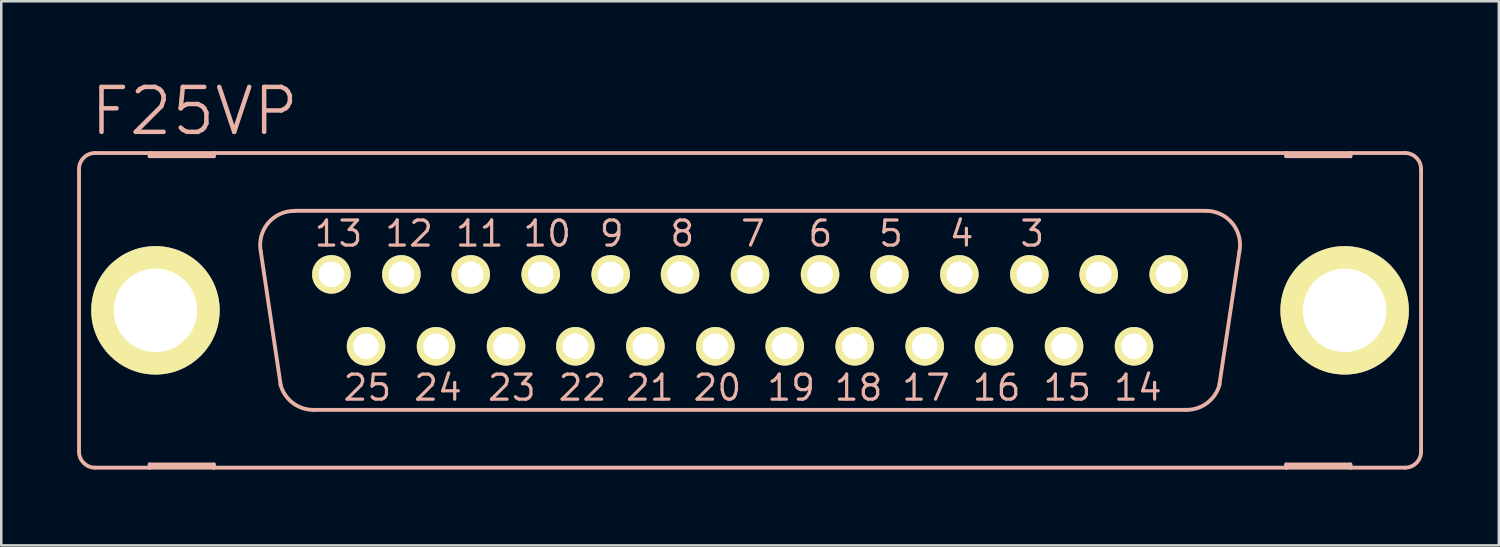
<source format=kicad_pcb>
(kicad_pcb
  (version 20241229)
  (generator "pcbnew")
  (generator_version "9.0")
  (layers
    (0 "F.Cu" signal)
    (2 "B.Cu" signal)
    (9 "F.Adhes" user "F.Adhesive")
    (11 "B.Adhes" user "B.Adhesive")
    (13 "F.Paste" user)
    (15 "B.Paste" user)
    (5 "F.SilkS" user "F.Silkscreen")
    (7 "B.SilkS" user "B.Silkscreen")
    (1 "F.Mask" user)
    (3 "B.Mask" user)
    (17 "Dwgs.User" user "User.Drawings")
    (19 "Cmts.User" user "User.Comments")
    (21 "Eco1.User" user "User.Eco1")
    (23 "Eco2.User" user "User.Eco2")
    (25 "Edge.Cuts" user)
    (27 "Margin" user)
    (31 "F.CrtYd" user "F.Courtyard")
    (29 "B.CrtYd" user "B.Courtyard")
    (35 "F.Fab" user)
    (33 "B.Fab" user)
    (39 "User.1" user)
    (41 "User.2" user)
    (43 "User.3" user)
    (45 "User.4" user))
  (footprint "F25VP"
    (layer "F.Cu")
    (at 26.619 9.226)
    (property "Reference" "F25VP" (at -21.971 -7.874 0) (layer "B.SilkS") (effects (font (size 1.778 1.778) (thickness 0.178))))
    (attr exclude_from_pos_files exclude_from_bom)
    (fp_circle (center -16.561 -1.422) (end -16.942 -1.803) (stroke (width 0.127) (type solid)) (fill no) (layer "F.SilkS"))
    (fp_circle (center -15.189 1.422) (end -15.57 1.803) (stroke (width 0.127) (type solid)) (fill no) (layer "F.SilkS"))
    (fp_circle (center -13.792 -1.422) (end -14.173 -1.803) (stroke (width 0.127) (type solid)) (fill no) (layer "F.SilkS"))
    (fp_circle (center -12.421 1.422) (end -12.802 1.803) (stroke (width 0.127) (type solid)) (fill no) (layer "F.SilkS"))
    (fp_circle (center -11.049 -1.422) (end -11.43 -1.803) (stroke (width 0.127) (type solid)) (fill no) (layer "F.SilkS"))
    (fp_circle (center -9.652 1.422) (end -10.033 1.803) (stroke (width 0.127) (type solid)) (fill no) (layer "F.SilkS"))
    (fp_circle (center -8.28 -1.422) (end -8.661 -1.803) (stroke (width 0.127) (type solid)) (fill no) (layer "F.SilkS"))
    (fp_circle (center -6.909 1.422) (end -7.29 1.803) (stroke (width 0.127) (type solid)) (fill no) (layer "F.SilkS"))
    (fp_circle (center -5.512 -1.422) (end -5.893 -1.803) (stroke (width 0.127) (type solid)) (fill no) (layer "F.SilkS"))
    (fp_circle (center -4.14 1.422) (end -4.521 1.803) (stroke (width 0.127) (type solid)) (fill no) (layer "F.SilkS"))
    (fp_circle (center -2.769 -1.422) (end -3.15 -1.803) (stroke (width 0.127) (type solid)) (fill no) (layer "F.SilkS"))
    (fp_circle (center -1.372 1.422) (end -1.753 1.803) (stroke (width 0.127) (type solid)) (fill no) (layer "F.SilkS"))
    (fp_circle (center 0 -1.422) (end -0.381 -1.803) (stroke (width 0.127) (type solid)) (fill no) (layer "F.SilkS"))
    (fp_circle (center 1.372 1.422) (end 1.753 1.803) (stroke (width 0.127) (type solid)) (fill no) (layer "F.SilkS"))
    (fp_circle (center 2.769 -1.422) (end 3.15 -1.803) (stroke (width 0.127) (type solid)) (fill no) (layer "F.SilkS"))
    (fp_circle (center 4.14 1.422) (end 4.521 1.803) (stroke (width 0.127) (type solid)) (fill no) (layer "F.SilkS"))
    (fp_circle (center 5.512 -1.422) (end 5.893 -1.803) (stroke (width 0.127) (type solid)) (fill no) (layer "F.SilkS"))
    (fp_circle (center 6.909 1.422) (end 7.29 1.803) (stroke (width 0.127) (type solid)) (fill no) (layer "F.SilkS"))
    (fp_circle (center 8.28 -1.422) (end 8.661 -1.803) (stroke (width 0.127) (type solid)) (fill no) (layer "F.SilkS"))
    (fp_circle (center 9.652 1.422) (end 10.033 1.803) (stroke (width 0.127) (type solid)) (fill no) (layer "F.SilkS"))
    (fp_circle (center 11.049 -1.422) (end 11.43 -1.803) (stroke (width 0.127) (type solid)) (fill no) (layer "F.SilkS"))
    (fp_circle (center 12.421 1.422) (end 12.802 1.803) (stroke (width 0.127) (type solid)) (fill no) (layer "F.SilkS"))
    (fp_circle (center 13.792 -1.422) (end 14.173 -1.803) (stroke (width 0.127) (type solid)) (fill no) (layer "F.SilkS"))
    (fp_circle (center 15.189 1.422) (end 15.57 1.803) (stroke (width 0.127) (type solid)) (fill no) (layer "F.SilkS"))
    (fp_circle (center 16.561 -1.422) (end 16.942 -1.803) (stroke (width 0.127) (type solid)) (fill no) (layer "F.SilkS"))
    (fp_line (start -26.543 -5.588) (end -26.543 5.588) (stroke (width 0.152) (type solid)) (layer "B.SilkS"))
    (fp_line (start -25.908 6.223) (end -23.749 6.223) (stroke (width 0.152) (type solid)) (layer "B.SilkS"))
    (fp_line (start -23.749 -6.223) (end -25.908 -6.223) (stroke (width 0.152) (type solid)) (layer "B.SilkS"))
    (fp_line (start -23.749 -6.223) (end -23.749 -6.096) (stroke (width 0.152) (type solid)) (layer "B.SilkS"))
    (fp_line (start -23.749 -6.096) (end -21.209 -6.096) (stroke (width 0.152) (type solid)) (layer "B.SilkS"))
    (fp_line (start -23.749 6.096) (end -21.209 6.096) (stroke (width 0.152) (type solid)) (layer "B.SilkS"))
    (fp_line (start -23.749 6.223) (end -23.749 6.096) (stroke (width 0.152) (type solid)) (layer "B.SilkS"))
    (fp_line (start -23.749 6.223) (end -21.209 6.223) (stroke (width 0.152) (type solid)) (layer "B.SilkS"))
    (fp_line (start -21.209 -6.223) (end -23.749 -6.223) (stroke (width 0.152) (type solid)) (layer "B.SilkS"))
    (fp_line (start -21.209 -6.096) (end -21.209 -6.223) (stroke (width 0.152) (type solid)) (layer "B.SilkS"))
    (fp_line (start -21.209 6.096) (end -21.209 6.223) (stroke (width 0.152) (type solid)) (layer "B.SilkS"))
    (fp_line (start -21.209 6.223) (end 21.209 6.223) (stroke (width 0.152) (type solid)) (layer "B.SilkS"))
    (fp_line (start -18.567 2.946) (end -19.355 -2.337) (stroke (width 0.152) (type solid)) (layer "B.SilkS"))
    (fp_line (start -18.034 -3.937) (end 18.034 -3.937) (stroke (width 0.152) (type solid)) (layer "B.SilkS"))
    (fp_line (start -17.272 3.937) (end 17.272 3.937) (stroke (width 0.152) (type solid)) (layer "B.SilkS"))
    (fp_line (start 19.355 -2.311) (end 18.567 2.921) (stroke (width 0.152) (type solid)) (layer "B.SilkS"))
    (fp_line (start 21.209 -6.223) (end -21.209 -6.223) (stroke (width 0.152) (type solid)) (layer "B.SilkS"))
    (fp_line (start 21.209 -6.223) (end 21.209 -6.096) (stroke (width 0.152) (type solid)) (layer "B.SilkS"))
    (fp_line (start 21.209 -6.096) (end 23.749 -6.096) (stroke (width 0.152) (type solid)) (layer "B.SilkS"))
    (fp_line (start 21.209 6.096) (end 23.749 6.096) (stroke (width 0.152) (type solid)) (layer "B.SilkS"))
    (fp_line (start 21.209 6.223) (end 21.209 6.096) (stroke (width 0.152) (type solid)) (layer "B.SilkS"))
    (fp_line (start 21.209 6.223) (end 23.749 6.223) (stroke (width 0.152) (type solid)) (layer "B.SilkS"))
    (fp_line (start 23.749 -6.223) (end 21.209 -6.223) (stroke (width 0.152) (type solid)) (layer "B.SilkS"))
    (fp_line (start 23.749 -6.096) (end 23.749 -6.223) (stroke (width 0.152) (type solid)) (layer "B.SilkS"))
    (fp_line (start 23.749 6.096) (end 23.749 6.223) (stroke (width 0.152) (type solid)) (layer "B.SilkS"))
    (fp_line (start 23.749 6.223) (end 25.908 6.223) (stroke (width 0.152) (type solid)) (layer "B.SilkS"))
    (fp_line (start 25.908 -6.223) (end 23.749 -6.223) (stroke (width 0.152) (type solid)) (layer "B.SilkS"))
    (fp_line (start 26.543 -5.588) (end 26.543 5.588) (stroke (width 0.152) (type solid)) (layer "B.SilkS"))
    (fp_arc (start -26.543 -5.588) (mid -26.357013 -6.037013) (end -25.908 -6.223) (stroke (width 0.1524) (type solid)) (layer "B.SilkS"))
    (fp_arc (start -25.908 6.223) (mid -26.357013 6.037013) (end -26.543 5.588) (stroke (width 0.1524) (type solid)) (layer "B.SilkS"))
    (fp_arc (start -19.35226 -2.32664) (mid -19.072158 -3.441772) (end -18.03224 -3.932229) (stroke (width 0.1524) (type solid)) (layer "B.SilkS"))
    (fp_arc (start -17.272 3.937) (mid -18.096791 3.655415) (end -18.577188 2.928236) (stroke (width 0.1524) (type solid)) (layer "B.SilkS"))
    (fp_arc (start 18.034 -3.937) (mid 19.083648 -3.435219) (end 19.35228 -2.303238) (stroke (width 0.1524) (type solid)) (layer "B.SilkS"))
    (fp_arc (start 18.5801 2.90322) (mid 18.104662 3.646284) (end 17.271518 3.936211) (stroke (width 0.1524) (type solid)) (layer "B.SilkS"))
    (fp_arc (start 25.908 -6.223) (mid 26.357013 -6.037013) (end 26.543 -5.588) (stroke (width 0.1524) (type solid)) (layer "B.SilkS"))
    (fp_arc (start 26.543 5.588) (mid 26.357013 6.037013) (end 25.908 6.223) (stroke (width 0.1524) (type solid)) (layer "B.SilkS"))
    (fp_circle (center -23.52 0) (end -24.346 0.826) (stroke (width 0.076) (type solid)) (fill no) (layer "B.SilkS"))
    (fp_circle (center 23.52 0) (end 24.346 0.826) (stroke (width 0.076) (type solid)) (fill no) (layer "B.SilkS"))
    (fp_text user "23" (at -9.423 3.061 0) (layer "B.SilkS") (effects (font (size 0.991 0.991) (thickness 0.127))))
    (fp_text user "25" (at -15.138 3.061 0) (layer "B.SilkS") (effects (font (size 0.991 0.991) (thickness 0.127))))
    (fp_text user "5" (at 5.575 -3.035 0) (layer "B.SilkS") (effects (font (size 0.991 0.991) (thickness 0.127))))
    (fp_text user "17" (at 6.96 3.061 0) (layer "B.SilkS") (effects (font (size 0.991 0.991) (thickness 0.127))))
    (fp_text user "16" (at 9.754 3.061 0) (layer "B.SilkS") (effects (font (size 0.991 0.991) (thickness 0.127))))
    (fp_text user "21" (at -3.962 3.061 0) (layer "B.SilkS") (effects (font (size 0.991 0.991) (thickness 0.127))))
    (fp_text user "13" (at -16.281 -3.035 0) (layer "B.SilkS") (effects (font (size 0.991 0.991) (thickness 0.127))))
    (fp_text user "4" (at 8.369 -3.035 0) (layer "B.SilkS") (effects (font (size 0.991 0.991) (thickness 0.127))))
    (fp_text user "9" (at -5.474 -3.035 0) (layer "B.SilkS") (effects (font (size 0.991 0.991) (thickness 0.127))))
    (fp_text user "22" (at -6.629 3.061 0) (layer "B.SilkS") (effects (font (size 0.991 0.991) (thickness 0.127))))
    (fp_text user "11" (at -10.693 -3.035 0) (layer "B.SilkS") (effects (font (size 0.991 0.991) (thickness 0.127))))
    (fp_text user "19" (at 1.626 3.061 0) (layer "B.SilkS") (effects (font (size 0.991 0.991) (thickness 0.127))))
    (fp_text user "15" (at 12.548 3.061 0) (layer "B.SilkS") (effects (font (size 0.991 0.991) (thickness 0.127))))
    (fp_text user "8" (at -2.68 -3.035 0) (layer "B.SilkS") (effects (font (size 0.991 0.991) (thickness 0.127))))
    (fp_text user "7" (at 0.114 -3.035 0) (layer "B.SilkS") (effects (font (size 0.991 0.991) (thickness 0.127))))
    (fp_text user "18" (at 4.293 3.061 0) (layer "B.SilkS") (effects (font (size 0.991 0.991) (thickness 0.127))))
    (fp_text user "24" (at -12.344 3.061 0) (layer "B.SilkS") (effects (font (size 0.991 0.991) (thickness 0.127))))
    (fp_text user "14" (at 15.342 3.061 0) (layer "B.SilkS") (effects (font (size 0.991 0.991) (thickness 0.127))))
    (fp_text user "10" (at -8.026 -3.035 0) (layer "B.SilkS") (effects (font (size 0.991 0.991) (thickness 0.127))))
    (fp_text user "20" (at -1.293 3.061 0) (layer "B.SilkS") (effects (font (size 0.991 0.991) (thickness 0.127))))
    (fp_text user "6" (at 2.781 -3.035 0) (layer "B.SilkS") (effects (font (size 0.991 0.991) (thickness 0.127))))
    (fp_text user "3" (at 11.163 -3.035 0) (layer "B.SilkS") (effects (font (size 0.991 0.991) (thickness 0.127))))
    (fp_text user "12" (at -13.487 -3.035 0) (layer "B.SilkS") (effects (font (size 0.991 0.991) (thickness 0.127))))
    (pad "1" thru_hole circle (at 16.561 -1.422) (size 1.524 1.524) (drill 1.016) (layers "*.Cu" "F.Mask" "F.SilkS" "F.Paste"))
    (pad "2" thru_hole circle (at 13.792 -1.422) (size 1.524 1.524) (drill 1.016) (layers "*.Cu" "F.Mask" "F.SilkS" "F.Paste"))
    (pad "3" thru_hole circle (at 11.049 -1.422) (size 1.524 1.524) (drill 1.016) (layers "*.Cu" "F.Mask" "F.SilkS" "F.Paste"))
    (pad "4" thru_hole circle (at 8.28 -1.422) (size 1.524 1.524) (drill 1.016) (layers "*.Cu" "F.Mask" "F.SilkS" "F.Paste"))
    (pad "5" thru_hole circle (at 5.512 -1.422) (size 1.524 1.524) (drill 1.016) (layers "*.Cu" "F.Mask" "F.SilkS" "F.Paste"))
    (pad "6" thru_hole circle (at 2.769 -1.422) (size 1.524 1.524) (drill 1.016) (layers "*.Cu" "F.Mask" "F.SilkS" "F.Paste"))
    (pad "7" thru_hole circle (at 0 -1.422) (size 1.524 1.524) (drill 1.016) (layers "*.Cu" "F.Mask" "F.SilkS" "F.Paste"))
    (pad "8" thru_hole circle (at -2.769 -1.422) (size 1.524 1.524) (drill 1.016) (layers "*.Cu" "F.Mask" "F.SilkS" "F.Paste"))
    (pad "9" thru_hole circle (at -5.512 -1.422) (size 1.524 1.524) (drill 1.016) (layers "*.Cu" "F.Mask" "F.SilkS" "F.Paste"))
    (pad "10" thru_hole circle (at -8.28 -1.422) (size 1.524 1.524) (drill 1.016) (layers "*.Cu" "F.Mask" "F.SilkS" "F.Paste"))
    (pad "11" thru_hole circle (at -11.049 -1.422) (size 1.524 1.524) (drill 1.016) (layers "*.Cu" "F.Mask" "F.SilkS" "F.Paste"))
    (pad "12" thru_hole circle (at -13.792 -1.422) (size 1.524 1.524) (drill 1.016) (layers "*.Cu" "F.Mask" "F.SilkS" "F.Paste"))
    (pad "13" thru_hole circle (at -16.561 -1.422) (size 1.524 1.524) (drill 1.016) (layers "*.Cu" "F.Mask" "F.SilkS" "F.Paste"))
    (pad "14" thru_hole circle (at 15.189 1.422) (size 1.524 1.524) (drill 1.016) (layers "*.Cu" "F.Mask" "F.SilkS" "F.Paste"))
    (pad "15" thru_hole circle (at 12.421 1.422) (size 1.524 1.524) (drill 1.016) (layers "*.Cu" "F.Mask" "F.SilkS" "F.Paste"))
    (pad "16" thru_hole circle (at 9.652 1.422) (size 1.524 1.524) (drill 1.016) (layers "*.Cu" "F.Mask" "F.SilkS" "F.Paste"))
    (pad "17" thru_hole circle (at 6.909 1.422) (size 1.524 1.524) (drill 1.016) (layers "*.Cu" "F.Mask" "F.SilkS" "F.Paste"))
    (pad "18" thru_hole circle (at 4.14 1.422) (size 1.524 1.524) (drill 1.016) (layers "*.Cu" "F.Mask" "F.SilkS" "F.Paste"))
    (pad "19" thru_hole circle (at 1.372 1.422) (size 1.524 1.524) (drill 1.016) (layers "*.Cu" "F.Mask" "F.SilkS" "F.Paste"))
    (pad "20" thru_hole circle (at -1.372 1.422) (size 1.524 1.524) (drill 1.016) (layers "*.Cu" "F.Mask" "F.SilkS" "F.Paste"))
    (pad "21" thru_hole circle (at -4.14 1.422) (size 1.524 1.524) (drill 1.016) (layers "*.Cu" "F.Mask" "F.SilkS" "F.Paste"))
    (pad "22" thru_hole circle (at -6.909 1.422) (size 1.524 1.524) (drill 1.016) (layers "*.Cu" "F.Mask" "F.SilkS" "F.Paste"))
    (pad "23" thru_hole circle (at -9.652 1.422) (size 1.524 1.524) (drill 1.016) (layers "*.Cu" "F.Mask" "F.SilkS" "F.Paste"))
    (pad "24" thru_hole circle (at -12.421 1.422) (size 1.524 1.524) (drill 1.016) (layers "*.Cu" "F.Mask" "F.SilkS" "F.Paste"))
    (pad "25" thru_hole circle (at -15.189 1.422) (size 1.524 1.524) (drill 1.016) (layers "*.Cu" "F.Mask" "F.SilkS" "F.Paste"))
    (pad "G1" thru_hole circle (at -23.52 0) (size 5.08 5.08) (drill 3.302) (layers "*.Cu" "F.Mask" "F.SilkS" "F.Paste"))
    (pad "G2" thru_hole circle (at 23.52 0) (size 5.08 5.08) (drill 3.302) (layers "*.Cu" "F.Mask" "F.SilkS" "F.Paste")))
  (gr_rect
    (start -3 -3)
    (end 56.238 18.525)
    (stroke (width 0.1) (type default))
    (fill no)
    (layer "Edge.Cuts")))
</source>
